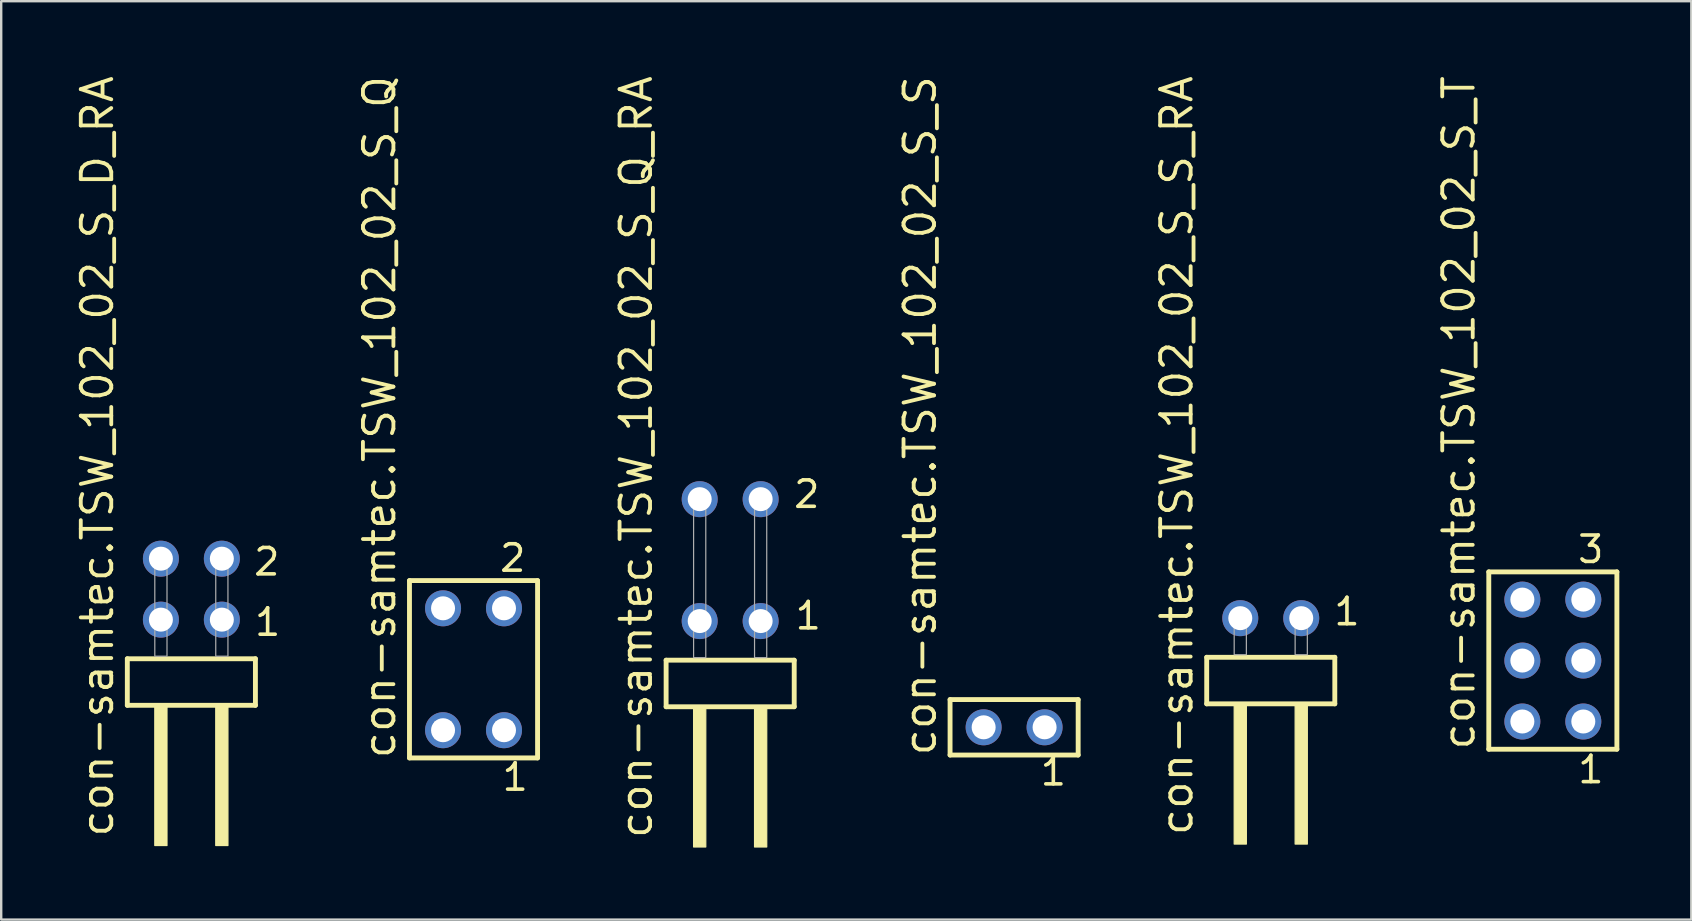
<source format=kicad_pcb>
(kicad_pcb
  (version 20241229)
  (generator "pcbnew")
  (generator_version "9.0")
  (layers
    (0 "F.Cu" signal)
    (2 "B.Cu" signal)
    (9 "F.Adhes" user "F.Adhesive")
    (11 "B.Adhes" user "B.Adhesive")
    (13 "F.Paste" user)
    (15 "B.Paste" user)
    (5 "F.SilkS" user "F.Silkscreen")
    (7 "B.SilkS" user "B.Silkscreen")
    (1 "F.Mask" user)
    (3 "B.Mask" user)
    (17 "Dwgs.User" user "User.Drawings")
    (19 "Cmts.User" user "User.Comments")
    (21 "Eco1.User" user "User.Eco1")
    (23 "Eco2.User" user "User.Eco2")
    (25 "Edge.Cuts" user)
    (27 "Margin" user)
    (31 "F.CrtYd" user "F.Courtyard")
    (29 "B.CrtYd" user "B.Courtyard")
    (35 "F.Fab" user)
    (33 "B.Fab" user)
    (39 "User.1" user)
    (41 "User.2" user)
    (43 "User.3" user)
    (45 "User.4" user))
  (footprint "con-samtec.TSW_102_02_S_Q"
    (layer "F.Cu")
    (at 16.683 24.84)
    (property "Reference" "con-samtec.TSW_102_02_S_Q" (at -3.175 3.81 90) (layer "F.SilkS") (effects (font (size 1.27 1.27) (thickness 0.16)) (justify left bottom)))
    (attr through_hole)
    (fp_line (start -2.669 -3.695) (end 2.669 -3.695) (stroke (width 0.203) (type default)) (layer "F.SilkS"))
    (fp_line (start -2.669 3.695) (end -2.669 -3.695) (stroke (width 0.203) (type default)) (layer "F.SilkS"))
    (fp_line (start 2.669 -3.695) (end 2.669 3.695) (stroke (width 0.203) (type default)) (layer "F.SilkS"))
    (fp_line (start 2.669 3.695) (end -2.669 3.695) (stroke (width 0.203) (type default)) (layer "F.SilkS"))
    (fp_rect (start -1.62 -2.19) (end -0.92 -2.89) (stroke (width 0.05) (type default)) (fill no) (layer "F.Fab"))
    (fp_rect (start -1.62 2.89) (end -0.92 2.19) (stroke (width 0.05) (type default)) (fill no) (layer "F.Fab"))
    (fp_rect (start 0.92 -2.19) (end 1.62 -2.89) (stroke (width 0.05) (type default)) (fill no) (layer "F.Fab"))
    (fp_rect (start 0.92 2.89) (end 1.62 2.19) (stroke (width 0.05) (type default)) (fill no) (layer "F.Fab"))
    (fp_text user "2" (at 1.012 -3.989 0) (layer "F.SilkS") (effects (font (size 1.1 1.1) (thickness 0.15)) (justify left bottom)))
    (fp_text user "1" (at 1.112 5.138 0) (layer "F.SilkS") (effects (font (size 1.1 1.1) (thickness 0.15)) (justify left bottom)))
    (pad "1" thru_hole circle (at 1.27 2.54 180) (size 1.5 1.5) (drill 1) (layers "*.Cu" "*.Mask"))
    (pad "2" thru_hole circle (at 1.27 -2.54 180) (size 1.5 1.5) (drill 1) (layers "*.Cu" "*.Mask"))
    (pad "3" thru_hole circle (at -1.27 2.54 180) (size 1.5 1.5) (drill 1) (layers "*.Cu" "*.Mask"))
    (pad "4" thru_hole circle (at -1.27 -2.54 180) (size 1.5 1.5) (drill 1) (layers "*.Cu" "*.Mask")))
  (footprint "con-samtec.TSW_102_02_S_T"
    (layer "F.Cu")
    (at 61.661 24.477)
    (property "Reference" "con-samtec.TSW_102_02_S_T" (at -3.175 3.81 90) (layer "F.SilkS") (effects (font (size 1.27 1.27) (thickness 0.16)) (justify left bottom)))
    (attr through_hole)
    (fp_line (start -2.669 -3.695) (end 2.669 -3.695) (stroke (width 0.203) (type default)) (layer "F.SilkS"))
    (fp_line (start -2.669 3.695) (end -2.669 -3.695) (stroke (width 0.203) (type default)) (layer "F.SilkS"))
    (fp_line (start 2.669 -3.695) (end 2.669 3.695) (stroke (width 0.203) (type default)) (layer "F.SilkS"))
    (fp_line (start 2.669 3.695) (end -2.669 3.695) (stroke (width 0.203) (type default)) (layer "F.SilkS"))
    (fp_rect (start -1.62 -2.19) (end -0.92 -2.89) (stroke (width 0.05) (type default)) (fill no) (layer "F.Fab"))
    (fp_rect (start -1.62 0.35) (end -0.92 -0.35) (stroke (width 0.05) (type default)) (fill no) (layer "F.Fab"))
    (fp_rect (start -1.62 2.89) (end -0.92 2.19) (stroke (width 0.05) (type default)) (fill no) (layer "F.Fab"))
    (fp_rect (start 0.92 -2.19) (end 1.62 -2.89) (stroke (width 0.05) (type default)) (fill no) (layer "F.Fab"))
    (fp_rect (start 0.92 0.35) (end 1.62 -0.35) (stroke (width 0.05) (type default)) (fill no) (layer "F.Fab"))
    (fp_rect (start 0.92 2.89) (end 1.62 2.19) (stroke (width 0.05) (type default)) (fill no) (layer "F.Fab"))
    (fp_text user "3" (at 0.958 -3.989 0) (layer "F.SilkS") (effects (font (size 1.1 1.1) (thickness 0.15)) (justify left bottom)))
    (fp_text user "1" (at 0.962 5.188 0) (layer "F.SilkS") (effects (font (size 1.1 1.1) (thickness 0.15)) (justify left bottom)))
    (pad "1" thru_hole circle (at 1.27 2.54 180) (size 1.5 1.5) (drill 1) (layers "*.Cu" "*.Mask"))
    (pad "2" thru_hole circle (at 1.27 0 180) (size 1.5 1.5) (drill 1) (layers "*.Cu" "*.Mask"))
    (pad "3" thru_hole circle (at 1.27 -2.54 180) (size 1.5 1.5) (drill 1) (layers "*.Cu" "*.Mask"))
    (pad "4" thru_hole circle (at -1.27 2.54 180) (size 1.5 1.5) (drill 1) (layers "*.Cu" "*.Mask"))
    (pad "5" thru_hole circle (at -1.27 0 180) (size 1.5 1.5) (drill 1) (layers "*.Cu" "*.Mask"))
    (pad "6" thru_hole circle (at -1.27 -2.54 180) (size 1.5 1.5) (drill 1) (layers "*.Cu" "*.Mask")))
  (footprint "con-samtec.TSW_102_02_S_S_RA"
    (layer "F.Cu")
    (at 49.906 24.235)
    (property "Reference" "con-samtec.TSW_102_02_S_S_RA" (at -3.175 7.62 90) (layer "F.SilkS") (effects (font (size 1.27 1.27) (thickness 0.16)) (justify left bottom)))
    (attr through_hole)
    (fp_line (start -2.669 0.106) (end -2.669 2.046) (stroke (width 0.203) (type default)) (layer "F.SilkS"))
    (fp_line (start -2.669 2.046) (end 2.669 2.046) (stroke (width 0.203) (type default)) (layer "F.SilkS"))
    (fp_line (start 2.669 0.106) (end -2.669 0.106) (stroke (width 0.203) (type default)) (layer "F.SilkS"))
    (fp_line (start 2.669 2.046) (end 2.669 0.106) (stroke (width 0.203) (type default)) (layer "F.SilkS"))
    (fp_rect (start -1.524 7.89) (end -1.016 2.04) (stroke (width 0.05) (type default)) (fill yes) (layer "F.SilkS"))
    (fp_rect (start 1.016 7.89) (end 1.524 2.04) (stroke (width 0.05) (type default)) (fill yes) (layer "F.SilkS"))
    (fp_rect (start -1.524 0) (end -1.016 -1.778) (stroke (width 0.05) (type default)) (fill no) (layer "F.Fab"))
    (fp_rect (start 1.016 0) (end 1.524 -1.778) (stroke (width 0.05) (type default)) (fill no) (layer "F.Fab"))
    (fp_text user "1" (at 2.552 -1.152 0) (layer "F.SilkS") (effects (font (size 1.1 1.1) (thickness 0.15)) (justify left bottom)))
    (pad "1" thru_hole circle (at 1.27 -1.524 180) (size 1.5 1.5) (drill 1) (layers "*.Cu" "*.Mask"))
    (pad "2" thru_hole circle (at -1.27 -1.524 180) (size 1.5 1.5) (drill 1) (layers "*.Cu" "*.Mask")))
  (footprint "con-samtec.TSW_102_02_S_S"
    (layer "F.Cu")
    (at 39.211 27.259)
    (property "Reference" "con-samtec.TSW_102_02_S_S" (at -3.175 1.27 90) (layer "F.SilkS") (effects (font (size 1.27 1.27) (thickness 0.16)) (justify left bottom)))
    (attr through_hole)
    (fp_line (start -2.669 -1.155) (end 2.669 -1.155) (stroke (width 0.203) (type default)) (layer "F.SilkS"))
    (fp_line (start -2.669 1.155) (end -2.669 -1.155) (stroke (width 0.203) (type default)) (layer "F.SilkS"))
    (fp_line (start 2.669 -1.155) (end 2.669 1.155) (stroke (width 0.203) (type default)) (layer "F.SilkS"))
    (fp_line (start 2.669 1.155) (end -2.669 1.155) (stroke (width 0.203) (type default)) (layer "F.SilkS"))
    (fp_rect (start -1.62 0.35) (end -0.92 -0.35) (stroke (width 0.05) (type default)) (fill no) (layer "F.Fab"))
    (fp_rect (start 0.92 0.35) (end 1.62 -0.35) (stroke (width 0.05) (type default)) (fill no) (layer "F.Fab"))
    (fp_text user "1" (at 1.012 2.498 0) (layer "F.SilkS") (effects (font (size 1.1 1.1) (thickness 0.15)) (justify left bottom)))
    (pad "1" thru_hole circle (at 1.27 0 180) (size 1.5 1.5) (drill 1) (layers "*.Cu" "*.Mask"))
    (pad "2" thru_hole circle (at -1.27 0 180) (size 1.5 1.5) (drill 1) (layers "*.Cu" "*.Mask")))
  (footprint "con-samtec.TSW_102_02_S_Q_RA"
    (layer "F.Cu")
    (at 27.378 24.356)
    (property "Reference" "con-samtec.TSW_102_02_S_Q_RA" (at -3.175 7.62 90) (layer "F.SilkS") (effects (font (size 1.27 1.27) (thickness 0.16)) (justify left bottom)))
    (attr through_hole)
    (fp_line (start -2.669 0.106) (end -2.669 2.046) (stroke (width 0.203) (type default)) (layer "F.SilkS"))
    (fp_line (start -2.669 2.046) (end 2.669 2.046) (stroke (width 0.203) (type default)) (layer "F.SilkS"))
    (fp_line (start 2.669 0.106) (end -2.669 0.106) (stroke (width 0.203) (type default)) (layer "F.SilkS"))
    (fp_line (start 2.669 2.046) (end 2.669 0.106) (stroke (width 0.203) (type default)) (layer "F.SilkS"))
    (fp_rect (start -1.524 7.89) (end -1.016 2.04) (stroke (width 0.05) (type default)) (fill yes) (layer "F.SilkS"))
    (fp_rect (start 1.016 7.89) (end 1.524 2.04) (stroke (width 0.05) (type default)) (fill yes) (layer "F.SilkS"))
    (fp_rect (start -1.524 0) (end -1.016 -6.858) (stroke (width 0.05) (type default)) (fill no) (layer "F.Fab"))
    (fp_rect (start 1.016 0) (end 1.524 -6.858) (stroke (width 0.05) (type default)) (fill no) (layer "F.Fab"))
    (fp_text user "1" (at 2.63 -1.1 0) (layer "F.SilkS") (effects (font (size 1.1 1.1) (thickness 0.15)) (justify left bottom)))
    (fp_text user "2" (at 2.57 -6.165 0) (layer "F.SilkS") (effects (font (size 1.1 1.1) (thickness 0.15)) (justify left bottom)))
    (pad "1" thru_hole circle (at 1.27 -1.524 180) (size 1.5 1.5) (drill 1) (layers "*.Cu" "*.Mask"))
    (pad "2" thru_hole circle (at 1.27 -6.604 180) (size 1.5 1.5) (drill 1) (layers "*.Cu" "*.Mask"))
    (pad "3" thru_hole circle (at -1.27 -1.524 180) (size 1.5 1.5) (drill 1) (layers "*.Cu" "*.Mask"))
    (pad "4" thru_hole circle (at -1.27 -6.604 180) (size 1.5 1.5) (drill 1) (layers "*.Cu" "*.Mask")))
  (footprint "con-samtec.TSW_102_02_S_D_RA"
    (layer "F.Cu")
    (at 4.925 24.296)
    (property "Reference" "con-samtec.TSW_102_02_S_D_RA" (at -3.175 7.62 90) (layer "F.SilkS") (effects (font (size 1.27 1.27) (thickness 0.16)) (justify left bottom)))
    (attr through_hole)
    (fp_line (start -2.669 0.106) (end -2.669 2.046) (stroke (width 0.203) (type default)) (layer "F.SilkS"))
    (fp_line (start -2.669 2.046) (end 2.669 2.046) (stroke (width 0.203) (type default)) (layer "F.SilkS"))
    (fp_line (start 2.669 0.106) (end -2.669 0.106) (stroke (width 0.203) (type default)) (layer "F.SilkS"))
    (fp_line (start 2.669 2.046) (end 2.669 0.106) (stroke (width 0.203) (type default)) (layer "F.SilkS"))
    (fp_rect (start -1.524 7.89) (end -1.016 2.04) (stroke (width 0.05) (type default)) (fill yes) (layer "F.SilkS"))
    (fp_rect (start 1.016 7.89) (end 1.524 2.04) (stroke (width 0.05) (type default)) (fill yes) (layer "F.SilkS"))
    (fp_rect (start -1.524 0) (end -1.016 -4.318) (stroke (width 0.05) (type default)) (fill no) (layer "F.Fab"))
    (fp_rect (start 1.016 0) (end 1.524 -4.318) (stroke (width 0.05) (type default)) (fill no) (layer "F.Fab"))
    (fp_text user "1" (at 2.555 -0.775 0) (layer "F.SilkS") (effects (font (size 1.1 1.1) (thickness 0.15)) (justify left bottom)))
    (fp_text user "2" (at 2.52 -3.29 0) (layer "F.SilkS") (effects (font (size 1.1 1.1) (thickness 0.15)) (justify left bottom)))
    (pad "1" thru_hole circle (at 1.27 -1.524 180) (size 1.5 1.5) (drill 1) (layers "*.Cu" "*.Mask"))
    (pad "2" thru_hole circle (at 1.27 -4.064 180) (size 1.5 1.5) (drill 1) (layers "*.Cu" "*.Mask"))
    (pad "3" thru_hole circle (at -1.27 -1.524 180) (size 1.5 1.5) (drill 1) (layers "*.Cu" "*.Mask"))
    (pad "4" thru_hole circle (at -1.27 -4.064 180) (size 1.5 1.5) (drill 1) (layers "*.Cu" "*.Mask")))
  (gr_rect
    (start -3 -3)
    (end 67.432 35.271)
    (stroke (width 0.1) (type default))
    (fill no)
    (layer "Edge.Cuts")))
</source>
